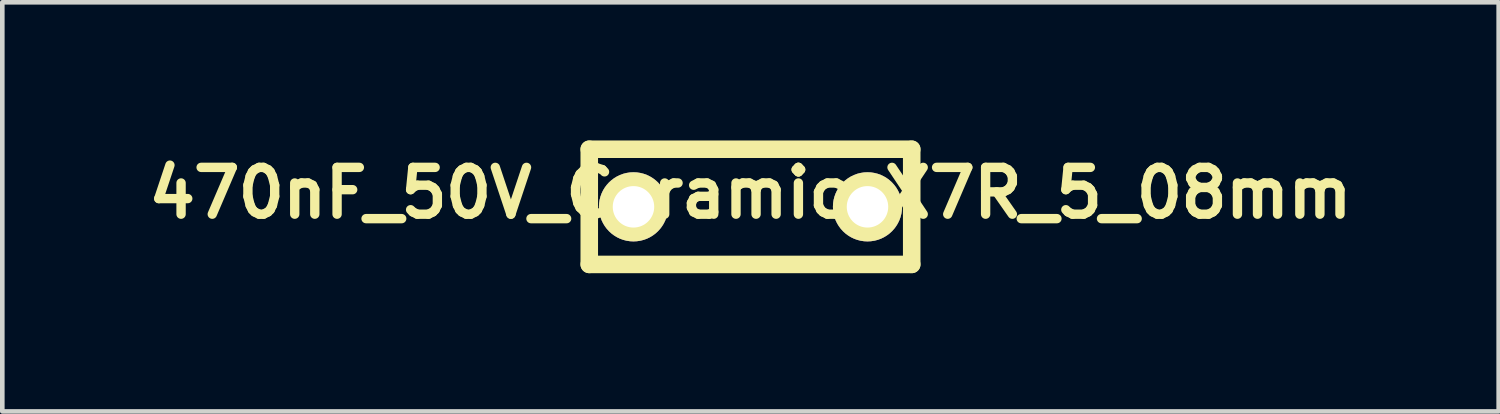
<source format=kicad_pcb>
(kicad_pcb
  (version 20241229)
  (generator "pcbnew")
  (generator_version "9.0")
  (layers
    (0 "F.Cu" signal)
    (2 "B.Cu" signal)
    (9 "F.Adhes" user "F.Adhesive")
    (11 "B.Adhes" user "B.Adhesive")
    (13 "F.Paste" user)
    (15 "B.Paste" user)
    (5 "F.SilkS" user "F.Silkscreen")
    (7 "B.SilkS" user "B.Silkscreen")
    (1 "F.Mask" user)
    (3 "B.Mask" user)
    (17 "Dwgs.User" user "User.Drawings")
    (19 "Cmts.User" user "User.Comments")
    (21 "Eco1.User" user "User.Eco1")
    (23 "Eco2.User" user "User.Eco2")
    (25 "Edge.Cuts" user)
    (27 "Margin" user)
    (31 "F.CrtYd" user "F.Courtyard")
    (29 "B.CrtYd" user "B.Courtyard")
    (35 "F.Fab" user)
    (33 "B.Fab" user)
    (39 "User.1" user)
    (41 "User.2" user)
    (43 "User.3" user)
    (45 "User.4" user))
  (footprint "470nF_50V_Ceramic_X7R_5_08mm"
    (layer "F.Cu")
    (at 13.242 1.44)
    (property "Reference" "470nF_50V_Ceramic_X7R_5_08mm" (at 0 -0.3 0) (layer "F.SilkS") (effects (font (size 1.016 1.016) (thickness 0.203))))
    (attr through_hole)
    (fp_line (start -3.5 -1.25) (end -3.5 1.25) (stroke (width 0.381) (type solid)) (layer "F.SilkS"))
    (fp_line (start -3.5 1.25) (end 3.5 1.25) (stroke (width 0.381) (type solid)) (layer "F.SilkS"))
    (fp_line (start 3.5 -1.25) (end -3.5 -1.25) (stroke (width 0.381) (type solid)) (layer "F.SilkS"))
    (fp_line (start 3.5 1.25) (end 3.5 -1.25) (stroke (width 0.381) (type solid)) (layer "F.SilkS"))
    (pad "1" thru_hole circle (at -2.54 0) (size 1.501 1.501) (drill 0.9) (layers "*.Cu" "*.Mask" "F.SilkS"))
    (pad "2" thru_hole circle (at 2.54 0) (size 1.501 1.501) (drill 0.9) (layers "*.Cu" "*.Mask" "F.SilkS")))
  (gr_rect
    (start -3 -3)
    (end 29.484 5.881)
    (stroke (width 0.1) (type default))
    (fill no)
    (layer "Edge.Cuts")))
</source>
